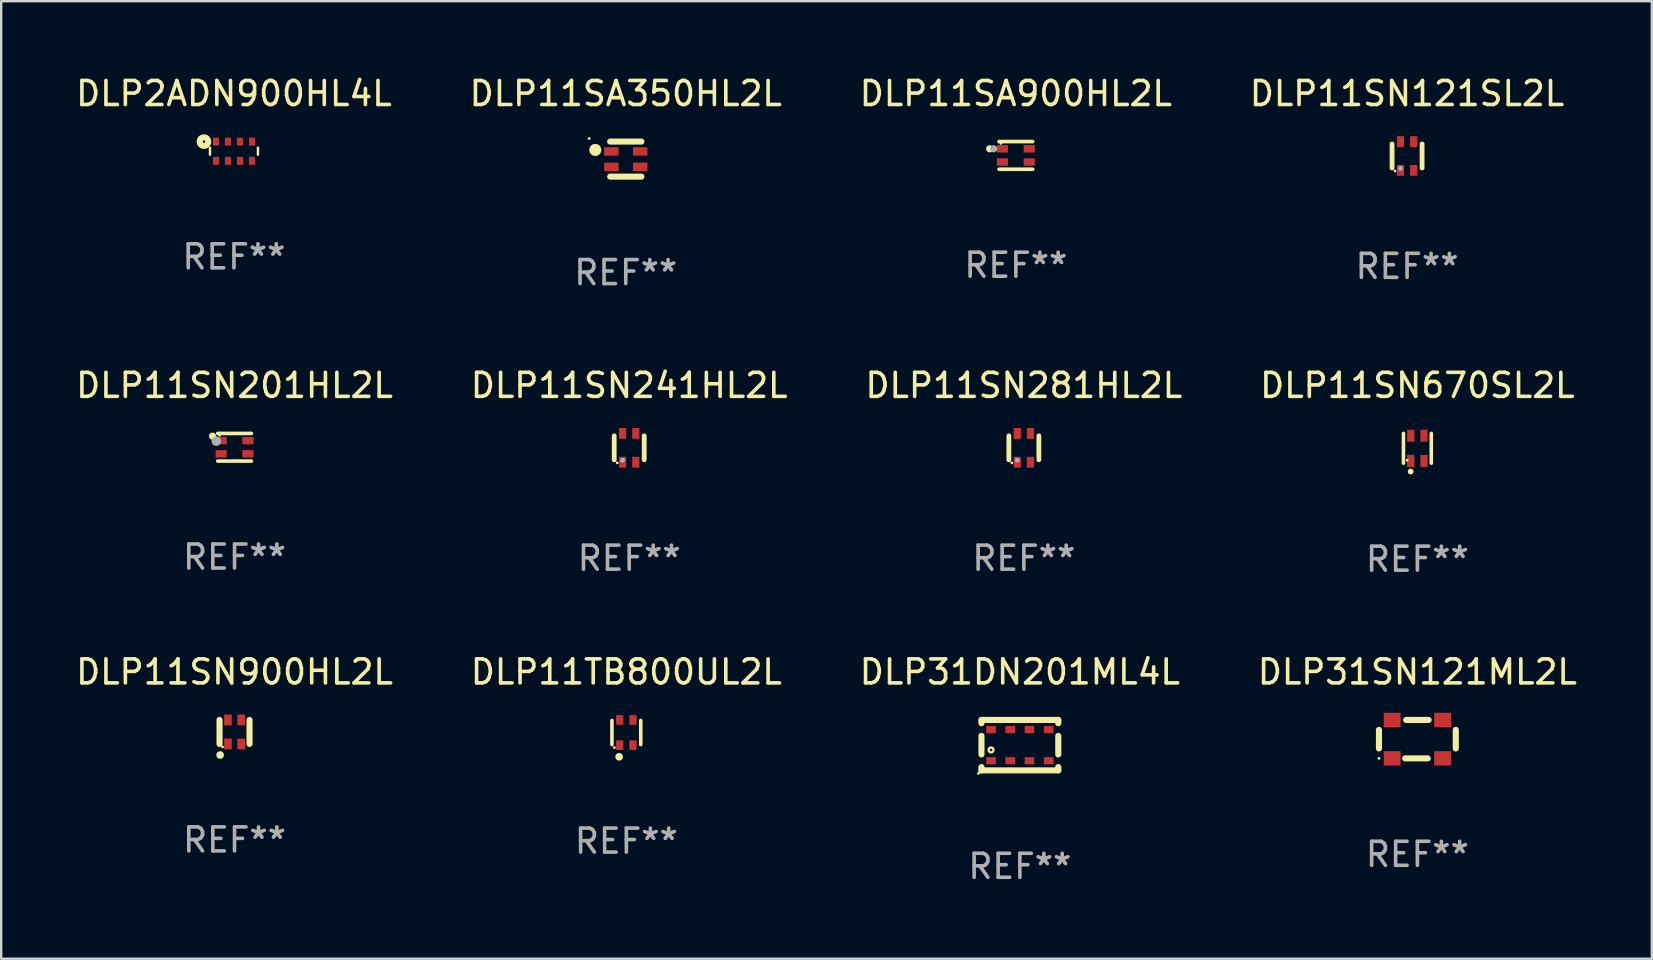
<source format=kicad_pcb>
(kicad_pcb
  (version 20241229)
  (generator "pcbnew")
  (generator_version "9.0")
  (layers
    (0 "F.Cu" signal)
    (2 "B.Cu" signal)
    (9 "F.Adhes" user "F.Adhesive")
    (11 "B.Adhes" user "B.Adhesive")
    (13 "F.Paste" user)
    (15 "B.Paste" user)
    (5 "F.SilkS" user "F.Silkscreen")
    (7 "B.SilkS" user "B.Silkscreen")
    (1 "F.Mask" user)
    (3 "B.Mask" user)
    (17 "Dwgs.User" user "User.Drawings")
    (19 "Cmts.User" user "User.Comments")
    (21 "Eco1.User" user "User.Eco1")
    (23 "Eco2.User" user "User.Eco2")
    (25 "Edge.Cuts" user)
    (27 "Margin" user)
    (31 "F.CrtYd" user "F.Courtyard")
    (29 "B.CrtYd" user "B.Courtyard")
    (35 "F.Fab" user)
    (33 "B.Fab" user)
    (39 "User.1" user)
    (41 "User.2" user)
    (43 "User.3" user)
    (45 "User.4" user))
  (footprint "DLP11SN241HL2L"
    (layer "F.Cu")
    (at 23.161 15.605)
    (property "Reference" "DLP11SN241HL2L" (at 0 -2.6 0) (layer "F.SilkS") (effects (font (size 1 1) (thickness 0.15))))
    (attr through_hole)
    (fp_line (start -0.625 -0.5) (end -0.625 0.5) (stroke (width 0.2) (type solid)) (layer "F.SilkS"))
    (fp_line (start 0.625 -0.5) (end 0.625 0.5) (stroke (width 0.2) (type solid)) (layer "F.SilkS"))
    (fp_circle (center -0.5 0.625) (end -0.47 0.625) (stroke (width 0.06) (type solid)) (fill no) (layer "F.SilkS"))
    (fp_circle (center -0.274 0.516) (end -0.224 0.516) (stroke (width 0.1) (type solid)) (fill no) (layer "F.Fab"))
    (fp_text user "REF**" (at 0 4.6 0) (layer "F.Fab") (effects (font (size 1 1) (thickness 0.15))))
    (pad "1" smd rect (at -0.275 0.6 90) (size 0.45 0.3) (layers "F.Cu" "F.Mask" "F.Paste"))
    (pad "2" smd rect (at -0.275 -0.6 90) (size 0.45 0.3) (layers "F.Cu" "F.Mask" "F.Paste"))
    (pad "3" smd rect (at 0.275 -0.6 90) (size 0.45 0.3) (layers "F.Cu" "F.Mask" "F.Paste"))
    (pad "4" smd rect (at 0.275 0.6 90) (size 0.45 0.3) (layers "F.Cu" "F.Mask" "F.Paste")))
  (footprint "DLP11SN121SL2L"
    (layer "F.Cu")
    (at 55.565 3.448)
    (property "Reference" "DLP11SN121SL2L" (at 0 -2.6 0) (layer "F.SilkS") (effects (font (size 1 1) (thickness 0.15))))
    (attr through_hole)
    (fp_line (start -0.625 -0.5) (end -0.625 0.5) (stroke (width 0.2) (type solid)) (layer "F.SilkS"))
    (fp_line (start 0.625 -0.5) (end 0.625 0.5) (stroke (width 0.2) (type solid)) (layer "F.SilkS"))
    (fp_circle (center -0.5 0.625) (end -0.47 0.625) (stroke (width 0.06) (type solid)) (fill no) (layer "F.SilkS"))
    (fp_circle (center -0.274 0.516) (end -0.224 0.516) (stroke (width 0.1) (type solid)) (fill no) (layer "F.Fab"))
    (fp_text user "REF**" (at 0 4.6 0) (layer "F.Fab") (effects (font (size 1 1) (thickness 0.15))))
    (pad "1" smd rect (at -0.275 0.6 90) (size 0.45 0.3) (layers "F.Cu" "F.Mask" "F.Paste"))
    (pad "2" smd rect (at -0.275 -0.6 90) (size 0.45 0.3) (layers "F.Cu" "F.Mask" "F.Paste"))
    (pad "3" smd rect (at 0.275 -0.6 90) (size 0.45 0.3) (layers "F.Cu" "F.Mask" "F.Paste"))
    (pad "4" smd rect (at 0.275 0.6 90) (size 0.45 0.3) (layers "F.Cu" "F.Mask" "F.Paste")))
  (footprint "DLP11SA350HL2L"
    (layer "F.Cu")
    (at 23.018 3.578)
    (property "Reference" "DLP11SA350HL2L" (at 0 -2.73 0) (layer "F.SilkS") (effects (font (size 1 1) (thickness 0.15))))
    (attr through_hole)
    (fp_line (start 0.65 -0.73) (end -0.65 -0.73) (stroke (width 0.254) (type solid)) (layer "F.SilkS"))
    (fp_line (start 0.65 0.73) (end -0.65 0.73) (stroke (width 0.254) (type solid)) (layer "F.SilkS"))
    (fp_circle (center -1.524 -0.857) (end -1.494 -0.857) (stroke (width 0.06) (type solid)) (fill no) (layer "F.SilkS"))
    (fp_circle (center -1.27 -0.381) (end -1.143 -0.381) (stroke (width 0.254) (type solid)) (fill no) (layer "F.SilkS"))
    (fp_text user "REF**" (at 0 4.73 0) (layer "F.Fab") (effects (font (size 1 1) (thickness 0.15))))
    (pad "1" smd rect (at -0.6 -0.32 90) (size 0.35 0.6) (layers "F.Cu" "F.Mask" "F.Paste"))
    (pad "2" smd rect (at 0.6 -0.32 270) (size 0.35 0.6) (layers "F.Cu" "F.Mask" "F.Paste"))
    (pad "3" smd rect (at 0.6 0.32 270) (size 0.35 0.6) (layers "F.Cu" "F.Mask" "F.Paste"))
    (pad "4" smd rect (at -0.6 0.32 90) (size 0.35 0.6) (layers "F.Cu" "F.Mask" "F.Paste")))
  (footprint "DLP31DN201ML4L"
    (layer "F.Cu")
    (at 39.435 27.991)
    (property "Reference" "DLP31DN201ML4L" (at 0 -3.05 0) (layer "F.SilkS") (effects (font (size 1 1) (thickness 0.15))))
    (attr through_hole)
    (fp_line (start -1.6 -1.05) (end 1.6 -1.05) (stroke (width 0.254) (type solid)) (layer "F.SilkS"))
    (fp_line (start -1.6 -0.913) (end -1.6 -1.05) (stroke (width 0.254) (type solid)) (layer "F.SilkS"))
    (fp_line (start -1.6 0.387) (end -1.6 -0.387) (stroke (width 0.254) (type solid)) (layer "F.SilkS"))
    (fp_line (start -1.6 1.05) (end -1.6 0.913) (stroke (width 0.254) (type solid)) (layer "F.SilkS"))
    (fp_line (start -1.6 1.05) (end 1.6 1.05) (stroke (width 0.254) (type solid)) (layer "F.SilkS"))
    (fp_line (start 1.6 -0.913) (end 1.6 -1.05) (stroke (width 0.254) (type solid)) (layer "F.SilkS"))
    (fp_line (start 1.6 0.387) (end 1.6 -0.387) (stroke (width 0.254) (type solid)) (layer "F.SilkS"))
    (fp_line (start 1.6 1.05) (end 1.6 0.913) (stroke (width 0.254) (type solid)) (layer "F.SilkS"))
    (fp_circle (center -1.727 1.177) (end -1.697 1.177) (stroke (width 0.06) (type solid)) (fill no) (layer "F.SilkS"))
    (fp_circle (center -1.2 0.2) (end -1.1 0.2) (stroke (width 0.1) (type solid)) (fill no) (layer "F.SilkS"))
    (fp_text user "REF**" (at 0 5.05 0) (layer "F.Fab") (effects (font (size 1 1) (thickness 0.15))))
    (pad "1" smd rect (at -1.2 0.65 90) (size 0.3 0.4) (layers "F.Cu" "F.Mask" "F.Paste"))
    (pad "2" smd rect (at -0.4 0.65 90) (size 0.3 0.4) (layers "F.Cu" "F.Mask" "F.Paste"))
    (pad "3" smd rect (at 0.4 0.65 90) (size 0.3 0.4) (layers "F.Cu" "F.Mask" "F.Paste"))
    (pad "4" smd rect (at 1.2 0.65 90) (size 0.3 0.4) (layers "F.Cu" "F.Mask" "F.Paste"))
    (pad "5" smd rect (at -1.2 -0.65 90) (size 0.3 0.4) (layers "F.Cu" "F.Mask" "F.Paste"))
    (pad "6" smd rect (at -0.4 -0.65 90) (size 0.3 0.4) (layers "F.Cu" "F.Mask" "F.Paste"))
    (pad "7" smd rect (at 0.4 -0.65 90) (size 0.3 0.4) (layers "F.Cu" "F.Mask" "F.Paste"))
    (pad "8" smd rect (at 1.2 -0.65 90) (size 0.3 0.4) (layers "F.Cu" "F.Mask" "F.Paste")))
  (footprint "DLP11SN201HL2L"
    (layer "F.Cu")
    (at 6.72 15.581)
    (property "Reference" "DLP11SN201HL2L" (at 0 -2.576 0) (layer "F.SilkS") (effects (font (size 1 1) (thickness 0.15))))
    (attr through_hole)
    (fp_line (start -0.701 -0.576) (end 0.701 -0.576) (stroke (width 0.152) (type solid)) (layer "F.SilkS"))
    (fp_line (start -0.701 0.576) (end 0.701 0.576) (stroke (width 0.152) (type solid)) (layer "F.SilkS"))
    (fp_circle (center -0.916 -0.463) (end -0.841 -0.463) (stroke (width 0.15) (type solid)) (fill no) (layer "F.SilkS"))
    (fp_circle (center -0.625 -0.5) (end -0.595 -0.5) (stroke (width 0.06) (type solid)) (fill no) (layer "F.SilkS"))
    (fp_circle (center -0.762 -0.254) (end -0.662 -0.254) (stroke (width 0.2) (type solid)) (fill no) (layer "F.Fab"))
    (fp_text user "REF**" (at 0 4.576 0) (layer "F.Fab") (effects (font (size 1 1) (thickness 0.15))))
    (pad "1" smd rect (at -0.558 -0.275) (size 0.465 0.308) (layers "F.Cu" "F.Mask" "F.Paste"))
    (pad "2" smd rect (at 0.558 -0.275) (size 0.465 0.308) (layers "F.Cu" "F.Mask" "F.Paste"))
    (pad "3" smd rect (at 0.558 0.275) (size 0.465 0.308) (layers "F.Cu" "F.Mask" "F.Paste"))
    (pad "4" smd rect (at -0.558 0.275) (size 0.465 0.308) (layers "F.Cu" "F.Mask" "F.Paste")))
  (footprint "DLP11SN670SL2L"
    (layer "F.Cu")
    (at 55.994 15.625)
    (property "Reference" "DLP11SN670SL2L" (at 0 -2.62 0) (layer "F.SilkS") (effects (font (size 1 1) (thickness 0.15))))
    (attr through_hole)
    (fp_line (start -0.58 0.62) (end -0.58 -0.62) (stroke (width 0.15) (type solid)) (layer "F.SilkS"))
    (fp_line (start 0.58 0.62) (end 0.58 -0.62) (stroke (width 0.15) (type solid)) (layer "F.SilkS"))
    (fp_circle (center -0.425 0.5) (end -0.395 0.5) (stroke (width 0.06) (type solid)) (fill no) (layer "F.SilkS"))
    (fp_circle (center -0.28 0.97) (end -0.22 0.97) (stroke (width 0.12) (type solid)) (fill no) (layer "F.SilkS"))
    (fp_text user "REF**" (at 0 4.62 0) (layer "F.Fab") (effects (font (size 1 1) (thickness 0.15))))
    (pad "1" smd rect (at -0.275 0.525 180) (size 0.3 0.5) (layers "F.Cu" "F.Mask" "F.Paste"))
    (pad "2" smd rect (at -0.275 -0.525 180) (size 0.3 0.5) (layers "F.Cu" "F.Mask" "F.Paste"))
    (pad "3" smd rect (at 0.275 -0.525 180) (size 0.3 0.5) (layers "F.Cu" "F.Mask" "F.Paste"))
    (pad "4" smd rect (at 0.275 0.525 180) (size 0.3 0.5) (layers "F.Cu" "F.Mask" "F.Paste")))
  (footprint "DLP11SA900HL2L"
    (layer "F.Cu")
    (at 39.268 3.424)
    (property "Reference" "DLP11SA900HL2L" (at 0 -2.576 0) (layer "F.SilkS") (effects (font (size 1 1) (thickness 0.15))))
    (attr through_hole)
    (fp_line (start -0.701 -0.576) (end 0.701 -0.576) (stroke (width 0.152) (type solid)) (layer "F.SilkS"))
    (fp_line (start -0.701 0.576) (end 0.701 0.576) (stroke (width 0.152) (type solid)) (layer "F.SilkS"))
    (fp_circle (center -1.09 -0.275) (end -1.015 -0.275) (stroke (width 0.15) (type solid)) (fill no) (layer "F.SilkS"))
    (fp_circle (center -0.625 -0.5) (end -0.595 -0.5) (stroke (width 0.06) (type solid)) (fill no) (layer "F.SilkS"))
    (fp_circle (center -0.925 -0.275) (end -0.85 -0.275) (stroke (width 0.15) (type solid)) (fill no) (layer "F.Fab"))
    (fp_text user "REF**" (at 0 4.576 0) (layer "F.Fab") (effects (font (size 1 1) (thickness 0.15))))
    (pad "1" smd rect (at -0.558 -0.275) (size 0.465 0.308) (layers "F.Cu" "F.Mask" "F.Paste"))
    (pad "2" smd rect (at -0.558 0.275) (size 0.465 0.308) (layers "F.Cu" "F.Mask" "F.Paste"))
    (pad "3" smd rect (at 0.558 0.275) (size 0.465 0.308) (layers "F.Cu" "F.Mask" "F.Paste"))
    (pad "4" smd rect (at 0.558 -0.275) (size 0.465 0.308) (layers "F.Cu" "F.Mask" "F.Paste")))
  (footprint "DLP31SN121ML2L"
    (layer "F.Cu")
    (at 55.994 27.741)
    (property "Reference" "DLP31SN121ML2L" (at 0 -2.8 0) (layer "F.SilkS") (effects (font (size 1 1) (thickness 0.15))))
    (attr through_hole)
    (fp_line (start -1.6 0.387) (end -1.6 -0.387) (stroke (width 0.254) (type solid)) (layer "F.SilkS"))
    (fp_line (start 0.43 0.8) (end -0.508 0.8) (stroke (width 0.254) (type solid)) (layer "F.SilkS"))
    (fp_line (start 0.469 -0.8) (end -0.469 -0.8) (stroke (width 0.254) (type solid)) (layer "F.SilkS"))
    (fp_line (start 1.6 -0.387) (end 1.6 0.387) (stroke (width 0.254) (type solid)) (layer "F.SilkS"))
    (fp_circle (center -1.6 0.8) (end -1.57 0.8) (stroke (width 0.06) (type solid)) (fill no) (layer "F.SilkS"))
    (fp_text user "REF**" (at 0 4.8 0) (layer "F.Fab") (effects (font (size 1 1) (thickness 0.15))))
    (pad "1" smd rect (at -1.05 0.8 180) (size 0.7 0.6) (layers "F.Cu" "F.Mask" "F.Paste"))
    (pad "2" smd rect (at -1.05 -0.8 180) (size 0.7 0.6) (layers "F.Cu" "F.Mask" "F.Paste"))
    (pad "3" smd rect (at 1.05 -0.8 180) (size 0.7 0.6) (layers "F.Cu" "F.Mask" "F.Paste"))
    (pad "4" smd rect (at 1.05 0.8 180) (size 0.7 0.6) (layers "F.Cu" "F.Mask" "F.Paste")))
  (footprint "DLP11SN281HL2L"
    (layer "F.Cu")
    (at 39.601 15.605)
    (property "Reference" "DLP11SN281HL2L" (at 0 -2.6 0) (layer "F.SilkS") (effects (font (size 1 1) (thickness 0.15))))
    (attr through_hole)
    (fp_line (start -0.625 -0.5) (end -0.625 0.5) (stroke (width 0.2) (type solid)) (layer "F.SilkS"))
    (fp_line (start 0.625 -0.5) (end 0.625 0.5) (stroke (width 0.2) (type solid)) (layer "F.SilkS"))
    (fp_circle (center -0.5 0.625) (end -0.47 0.625) (stroke (width 0.06) (type solid)) (fill no) (layer "F.SilkS"))
    (fp_circle (center -0.274 0.516) (end -0.224 0.516) (stroke (width 0.1) (type solid)) (fill no) (layer "F.Fab"))
    (fp_text user "REF**" (at 0 4.6 0) (layer "F.Fab") (effects (font (size 1 1) (thickness 0.15))))
    (pad "1" smd rect (at -0.275 0.6 90) (size 0.45 0.3) (layers "F.Cu" "F.Mask" "F.Paste"))
    (pad "2" smd rect (at -0.275 -0.6 90) (size 0.45 0.3) (layers "F.Cu" "F.Mask" "F.Paste"))
    (pad "3" smd rect (at 0.275 -0.6 90) (size 0.45 0.3) (layers "F.Cu" "F.Mask" "F.Paste"))
    (pad "4" smd rect (at 0.275 0.6 90) (size 0.45 0.3) (layers "F.Cu" "F.Mask" "F.Paste")))
  (footprint "DLP11SN900HL2L"
    (layer "F.Cu")
    (at 6.72 27.441)
    (property "Reference" "DLP11SN900HL2L" (at 0 -2.5 0) (layer "F.SilkS") (effects (font (size 1 1) (thickness 0.15))))
    (attr through_hole)
    (fp_line (start -0.625 -0.5) (end -0.625 0.5) (stroke (width 0.254) (type solid)) (layer "F.SilkS"))
    (fp_line (start 0.625 -0.5) (end 0.625 0.5) (stroke (width 0.254) (type solid)) (layer "F.SilkS"))
    (fp_circle (center -0.6 0.96) (end -0.52 0.96) (stroke (width 0.16) (type solid)) (fill no) (layer "F.SilkS"))
    (fp_circle (center -0.5 0.625) (end -0.47 0.625) (stroke (width 0.06) (type solid)) (fill no) (layer "F.SilkS"))
    (fp_text user "REF**" (at 0 4.5 0) (layer "F.Fab") (effects (font (size 1 1) (thickness 0.15))))
    (pad "1" smd rect (at -0.275 0.5 90) (size 0.45 0.32) (layers "F.Cu" "F.Mask" "F.Paste"))
    (pad "2" smd rect (at 0.275 0.5 90) (size 0.45 0.32) (layers "F.Cu" "F.Mask" "F.Paste"))
    (pad "3" smd rect (at 0.275 -0.5 90) (size 0.45 0.32) (layers "F.Cu" "F.Mask" "F.Paste"))
    (pad "4" smd rect (at -0.275 -0.5 90) (size 0.45 0.32) (layers "F.Cu" "F.Mask" "F.Paste")))
  (footprint "DLP11TB800UL2L"
    (layer "F.Cu")
    (at 23.042 27.466)
    (property "Reference" "DLP11TB800UL2L" (at 0 -2.525 0) (layer "F.SilkS") (effects (font (size 1 1) (thickness 0.15))))
    (attr through_hole)
    (fp_line (start -0.6 -0.5) (end -0.6 0.5) (stroke (width 0.15) (type solid)) (layer "F.SilkS"))
    (fp_line (start 0.6 -0.5) (end 0.6 0.5) (stroke (width 0.15) (type solid)) (layer "F.SilkS"))
    (fp_circle (center -0.5 0.625) (end -0.47 0.625) (stroke (width 0.06) (type solid)) (fill no) (layer "F.SilkS"))
    (fp_circle (center -0.3 1.01) (end -0.215 1.01) (stroke (width 0.15) (type solid)) (fill no) (layer "F.SilkS"))
    (fp_text user "REF**" (at 0 4.525 0) (layer "F.Fab") (effects (font (size 1 1) (thickness 0.15))))
    (pad "1" smd rect (at -0.275 0.525 180) (size 0.3 0.4) (layers "F.Cu" "F.Mask" "F.Paste"))
    (pad "2" smd rect (at -0.275 -0.525) (size 0.3 0.4) (layers "F.Cu" "F.Mask" "F.Paste"))
    (pad "3" smd rect (at 0.275 -0.525) (size 0.3 0.4) (layers "F.Cu" "F.Mask" "F.Paste"))
    (pad "4" smd rect (at 0.275 0.525) (size 0.3 0.4) (layers "F.Cu" "F.Mask" "F.Paste")))
  (footprint "DLP2ADN900HL4L"
    (layer "F.Cu")
    (at 6.696 3.249)
    (property "Reference" "DLP2ADN900HL4L" (at 0 -2.401 0) (layer "F.SilkS") (effects (font (size 1 1) (thickness 0.15))))
    (attr through_hole)
    (fp_line (start -1 -0.148) (end -1 0.144) (stroke (width 0.102) (type solid)) (layer "F.SilkS"))
    (fp_line (start 1 -0.146) (end 1 0.146) (stroke (width 0.102) (type solid)) (layer "F.SilkS"))
    (fp_circle (center -1.427 -0.576) (end -1.397 -0.576) (stroke (width 0.06) (type solid)) (fill no) (layer "F.SilkS"))
    (fp_circle (center -1.25 -0.399) (end -1.2 -0.399) (stroke (width 0.254) (type solid)) (fill no) (layer "F.SilkS"))
    (fp_text user "REF**" (at 0 4.401 0) (layer "F.Fab") (effects (font (size 1 1) (thickness 0.15))))
    (pad "1" smd rect (at -0.749 -0.401 180) (size 0.25 0.33) (layers "F.Cu" "F.Mask" "F.Paste"))
    (pad "2" smd rect (at -0.251 -0.4 180) (size 0.25 0.33) (layers "F.Cu" "F.Mask" "F.Paste"))
    (pad "3" smd rect (at 0.249 -0.4 180) (size 0.25 0.33) (layers "F.Cu" "F.Mask" "F.Paste"))
    (pad "4" smd rect (at 0.75 -0.4 180) (size 0.25 0.33) (layers "F.Cu" "F.Mask" "F.Paste"))
    (pad "5" smd rect (at -0.751 0.401 180) (size 0.25 0.33) (layers "F.Cu" "F.Mask" "F.Paste"))
    (pad "6" smd rect (at -0.251 0.401 180) (size 0.25 0.33) (layers "F.Cu" "F.Mask" "F.Paste"))
    (pad "7" smd rect (at 0.249 0.401 180) (size 0.25 0.33) (layers "F.Cu" "F.Mask" "F.Paste"))
    (pad "8" smd rect (at 0.75 0.401 180) (size 0.25 0.33) (layers "F.Cu" "F.Mask" "F.Paste")))
  (gr_rect
    (start -3 -3)
    (end 65.762 36.889)
    (stroke (width 0.1) (type default))
    (fill no)
    (layer "Edge.Cuts")))
</source>
